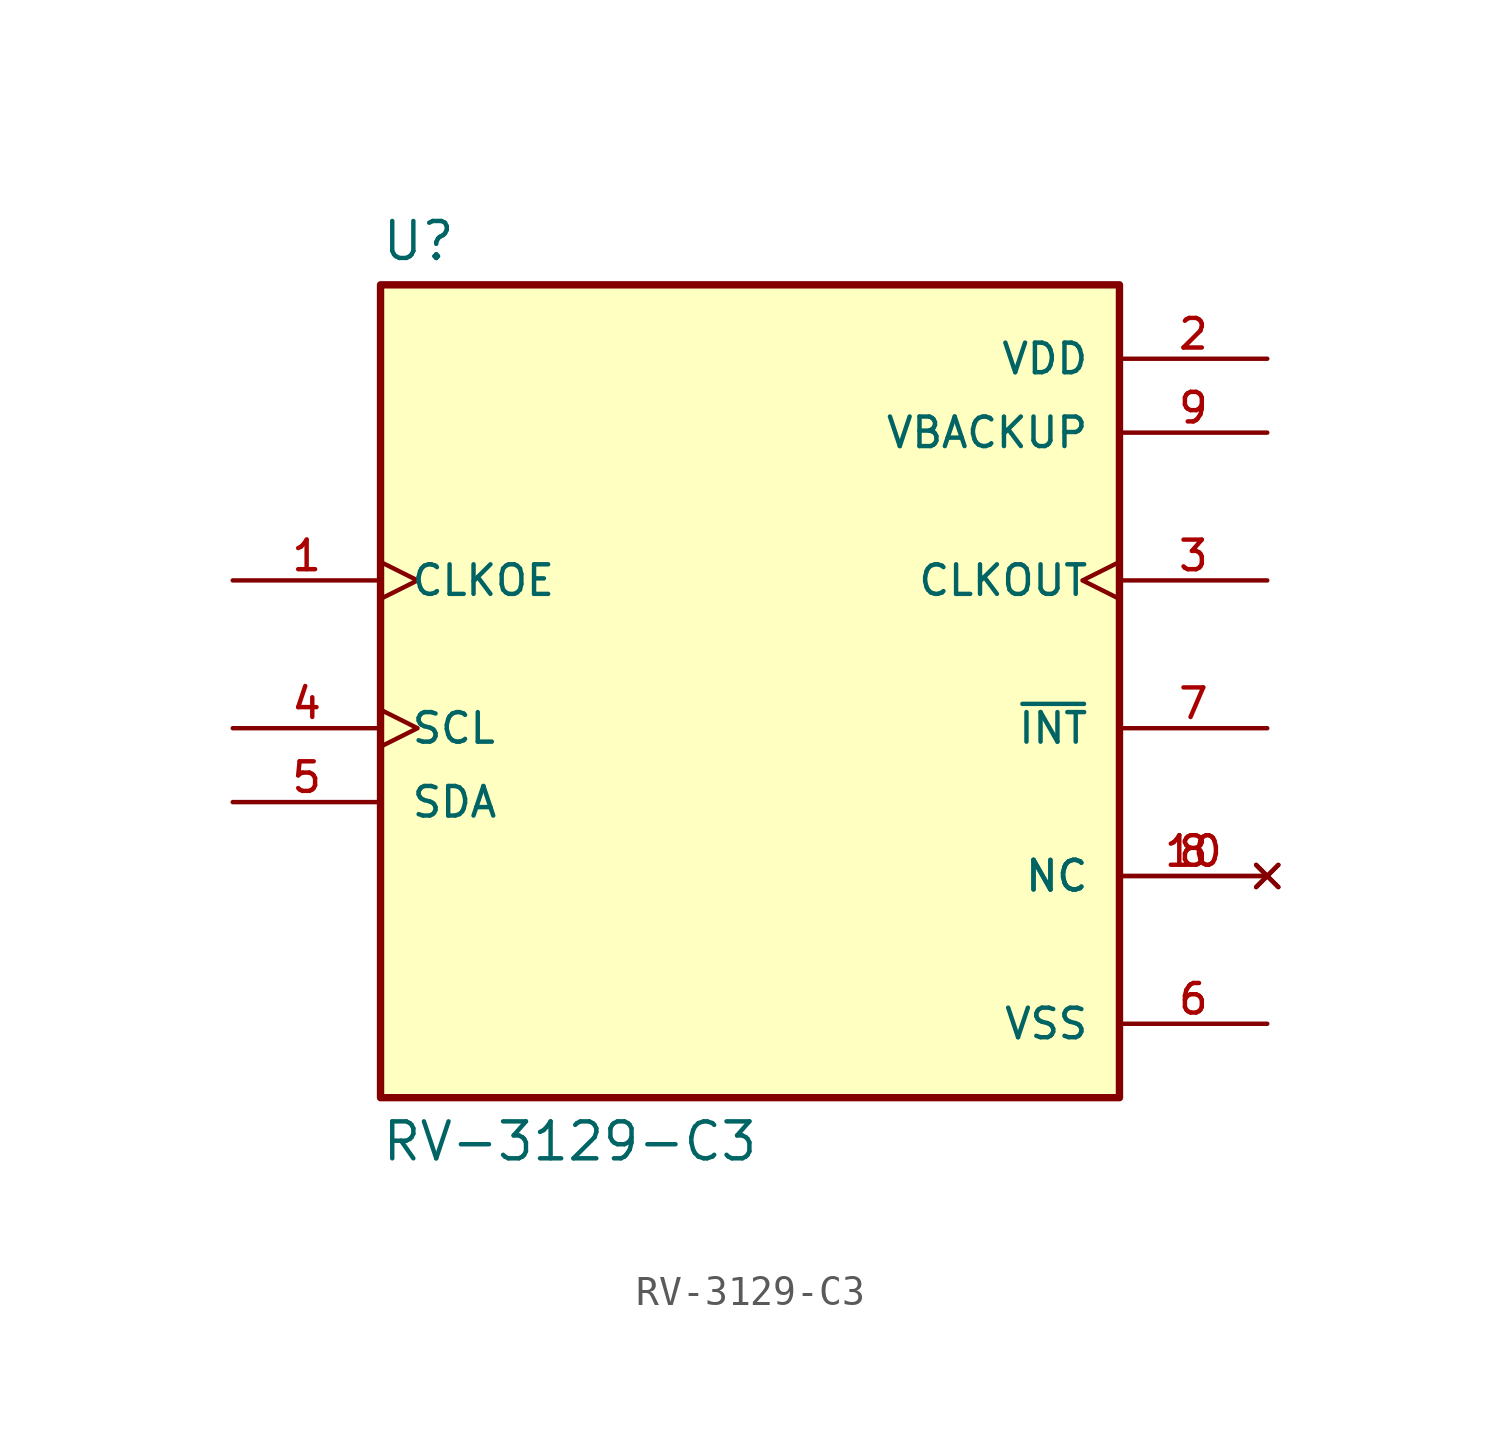
<source format=kicad_sym>
(kicad_symbol_lib
  (version 20211014)
  (generator kicad_symbol_editor)
  (symbol "RV-3129-C3"
    (pin_names
      (offset 1.016))
    (property "Reference" "U"
      (at -12.7 16.002 0)
      (effects (font (size 1.27 1.27)) (justify bottom left)))
    (property "Value" "RV-3129-C3"
      (at -12.7 -13.462 0)
      (effects (font (size 1.27 1.27)) (justify top left)))
    (symbol "RV-3129-C3_0_0"
      (rectangle (start -12.7 -12.7) (end 12.7 15.24) (stroke (width 0.254)) (fill (type background)))
      (pin power_in line (at 17.78 12.7 180.0) (length 5.08) (name "VDD" (effects (font (size 1.016 1.016)))) (number "2" (effects (font (size 1.016 1.016)))))
      (pin power_in line (at 17.78 -10.16 180.0) (length 5.08) (name "VSS" (effects (font (size 1.016 1.016)))) (number "6" (effects (font (size 1.016 1.016)))))
      (pin input clock (at -17.78 5.08 0) (length 5.08) (name "CLKOE" (effects (font (size 1.016 1.016)))) (number "1" (effects (font (size 1.016 1.016)))))
      (pin output clock (at 17.78 5.08 180.0) (length 5.08) (name "CLKOUT" (effects (font (size 1.016 1.016)))) (number "3" (effects (font (size 1.016 1.016)))))
      (pin output line (at 17.78 0.0 180.0) (length 5.08) (name "~{INT}" (effects (font (size 1.016 1.016)))) (number "7" (effects (font (size 1.016 1.016)))))
      (pin input clock (at -17.78 0.0 0) (length 5.08) (name "SCL" (effects (font (size 1.016 1.016)))) (number "4" (effects (font (size 1.016 1.016)))))
      (pin bidirectional line (at -17.78 -2.54 0) (length 5.08) (name "SDA" (effects (font (size 1.016 1.016)))) (number "5" (effects (font (size 1.016 1.016)))))
      (pin power_in line (at 17.78 10.16 180.0) (length 5.08) (name "VBACKUP" (effects (font (size 1.016 1.016)))) (number "9" (effects (font (size 1.016 1.016)))))
      (pin no_connect line (at 17.78 -5.08 180.0) (length 5.08) (name "NC" (effects (font (size 1.016 1.016)))) (number "8" (effects (font (size 1.016 1.016)))))
      (pin no_connect line (at 17.78 -5.08 180.0) (length 5.08) (name "NC" (effects (font (size 1.016 1.016)))) (number "10" (effects (font (size 1.016 1.016))))))))
</source>
